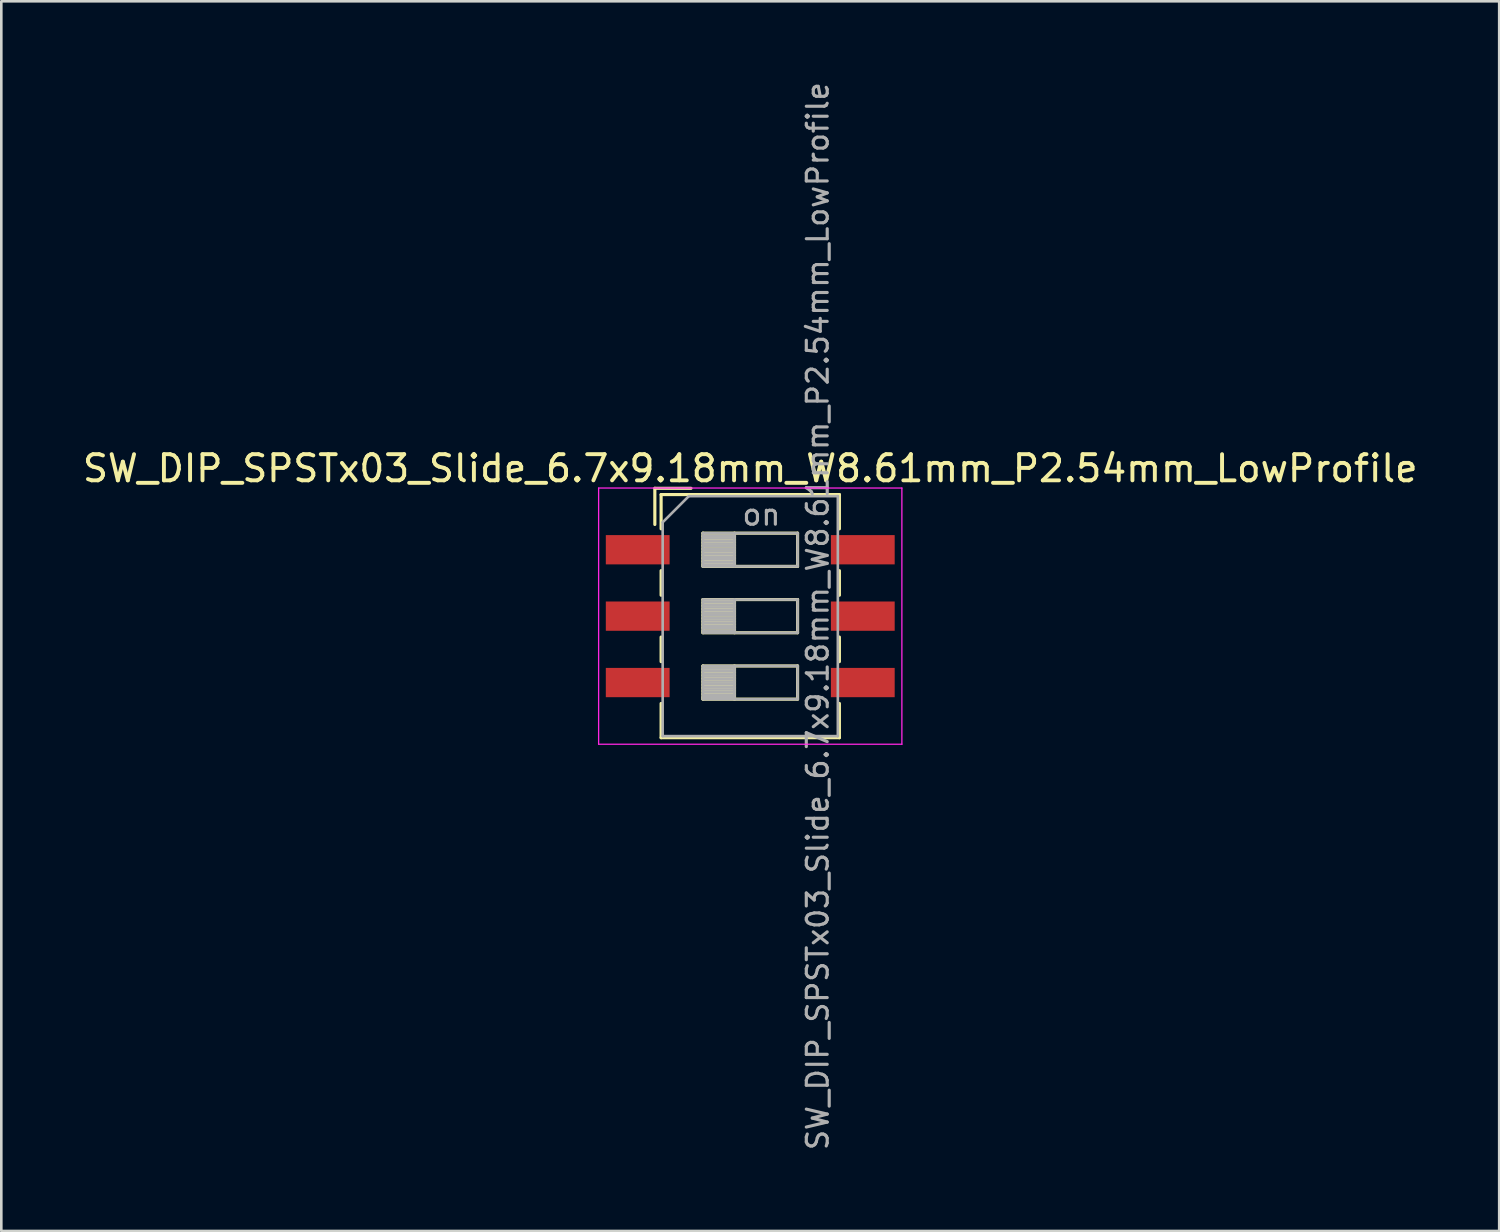
<source format=kicad_pcb>
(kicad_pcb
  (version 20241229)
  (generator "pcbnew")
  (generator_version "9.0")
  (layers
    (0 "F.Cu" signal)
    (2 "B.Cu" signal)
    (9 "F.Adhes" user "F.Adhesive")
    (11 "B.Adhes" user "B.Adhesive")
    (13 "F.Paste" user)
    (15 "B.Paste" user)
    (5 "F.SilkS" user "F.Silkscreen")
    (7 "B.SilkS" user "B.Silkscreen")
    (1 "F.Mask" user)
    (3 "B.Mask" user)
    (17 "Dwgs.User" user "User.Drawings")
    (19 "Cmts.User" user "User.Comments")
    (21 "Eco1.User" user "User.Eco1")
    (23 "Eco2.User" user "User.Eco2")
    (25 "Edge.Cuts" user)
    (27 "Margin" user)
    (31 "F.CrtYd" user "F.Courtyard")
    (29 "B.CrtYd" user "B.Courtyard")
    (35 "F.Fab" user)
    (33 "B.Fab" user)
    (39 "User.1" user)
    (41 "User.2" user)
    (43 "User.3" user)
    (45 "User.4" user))
  (footprint "SW_DIP_SPSTx03_Slide_6.7x9.18mm_W8.61mm_P2.54mm_LowProfile"
    (layer "F.Cu")
    (at 25.649 20.519)
    (property "Reference" "SW_DIP_SPSTx03_Slide_6.7x9.18mm_W8.61mm_P2.54mm_LowProfile" (at 0 -5.65 0) (layer "F.SilkS") (effects (font (size 1 1) (thickness 0.15))))
    (attr smd)
    (fp_line (start -3.65 -4.89) (end -3.65 -3.507) (stroke (width 0.12) (type solid)) (layer "F.SilkS"))
    (fp_line (start -3.65 -4.89) (end -2.267 -4.89) (stroke (width 0.12) (type solid)) (layer "F.SilkS"))
    (fp_line (start -3.41 -4.65) (end -3.41 -3.34) (stroke (width 0.12) (type solid)) (layer "F.SilkS"))
    (fp_line (start -3.41 -4.65) (end 3.41 -4.65) (stroke (width 0.12) (type solid)) (layer "F.SilkS"))
    (fp_line (start -3.41 -1.74) (end -3.41 -0.8) (stroke (width 0.12) (type solid)) (layer "F.SilkS"))
    (fp_line (start -3.41 0.8) (end -3.41 1.74) (stroke (width 0.12) (type solid)) (layer "F.SilkS"))
    (fp_line (start -3.41 3.34) (end -3.41 4.65) (stroke (width 0.12) (type solid)) (layer "F.SilkS"))
    (fp_line (start -3.41 4.65) (end 3.41 4.65) (stroke (width 0.12) (type solid)) (layer "F.SilkS"))
    (fp_line (start -1.81 -3.175) (end -1.81 -1.905) (stroke (width 0.12) (type solid)) (layer "F.SilkS"))
    (fp_line (start -1.81 -3.055) (end -0.603 -3.055) (stroke (width 0.12) (type solid)) (layer "F.SilkS"))
    (fp_line (start -1.81 -2.935) (end -0.603 -2.935) (stroke (width 0.12) (type solid)) (layer "F.SilkS"))
    (fp_line (start -1.81 -2.815) (end -0.603 -2.815) (stroke (width 0.12) (type solid)) (layer "F.SilkS"))
    (fp_line (start -1.81 -2.695) (end -0.603 -2.695) (stroke (width 0.12) (type solid)) (layer "F.SilkS"))
    (fp_line (start -1.81 -2.575) (end -0.603 -2.575) (stroke (width 0.12) (type solid)) (layer "F.SilkS"))
    (fp_line (start -1.81 -2.455) (end -0.603 -2.455) (stroke (width 0.12) (type solid)) (layer "F.SilkS"))
    (fp_line (start -1.81 -2.335) (end -0.603 -2.335) (stroke (width 0.12) (type solid)) (layer "F.SilkS"))
    (fp_line (start -1.81 -2.215) (end -0.603 -2.215) (stroke (width 0.12) (type solid)) (layer "F.SilkS"))
    (fp_line (start -1.81 -2.095) (end -0.603 -2.095) (stroke (width 0.12) (type solid)) (layer "F.SilkS"))
    (fp_line (start -1.81 -1.975) (end -0.603 -1.975) (stroke (width 0.12) (type solid)) (layer "F.SilkS"))
    (fp_line (start -1.81 -1.905) (end 1.81 -1.905) (stroke (width 0.12) (type solid)) (layer "F.SilkS"))
    (fp_line (start -1.81 -0.635) (end -1.81 0.635) (stroke (width 0.12) (type solid)) (layer "F.SilkS"))
    (fp_line (start -1.81 -0.515) (end -0.603 -0.515) (stroke (width 0.12) (type solid)) (layer "F.SilkS"))
    (fp_line (start -1.81 -0.395) (end -0.603 -0.395) (stroke (width 0.12) (type solid)) (layer "F.SilkS"))
    (fp_line (start -1.81 -0.275) (end -0.603 -0.275) (stroke (width 0.12) (type solid)) (layer "F.SilkS"))
    (fp_line (start -1.81 -0.155) (end -0.603 -0.155) (stroke (width 0.12) (type solid)) (layer "F.SilkS"))
    (fp_line (start -1.81 -0.035) (end -0.603 -0.035) (stroke (width 0.12) (type solid)) (layer "F.SilkS"))
    (fp_line (start -1.81 0.085) (end -0.603 0.085) (stroke (width 0.12) (type solid)) (layer "F.SilkS"))
    (fp_line (start -1.81 0.205) (end -0.603 0.205) (stroke (width 0.12) (type solid)) (layer "F.SilkS"))
    (fp_line (start -1.81 0.325) (end -0.603 0.325) (stroke (width 0.12) (type solid)) (layer "F.SilkS"))
    (fp_line (start -1.81 0.445) (end -0.603 0.445) (stroke (width 0.12) (type solid)) (layer "F.SilkS"))
    (fp_line (start -1.81 0.565) (end -0.603 0.565) (stroke (width 0.12) (type solid)) (layer "F.SilkS"))
    (fp_line (start -1.81 0.635) (end 1.81 0.635) (stroke (width 0.12) (type solid)) (layer "F.SilkS"))
    (fp_line (start -1.81 1.905) (end -1.81 3.175) (stroke (width 0.12) (type solid)) (layer "F.SilkS"))
    (fp_line (start -1.81 2.025) (end -0.603 2.025) (stroke (width 0.12) (type solid)) (layer "F.SilkS"))
    (fp_line (start -1.81 2.145) (end -0.603 2.145) (stroke (width 0.12) (type solid)) (layer "F.SilkS"))
    (fp_line (start -1.81 2.265) (end -0.603 2.265) (stroke (width 0.12) (type solid)) (layer "F.SilkS"))
    (fp_line (start -1.81 2.385) (end -0.603 2.385) (stroke (width 0.12) (type solid)) (layer "F.SilkS"))
    (fp_line (start -1.81 2.505) (end -0.603 2.505) (stroke (width 0.12) (type solid)) (layer "F.SilkS"))
    (fp_line (start -1.81 2.625) (end -0.603 2.625) (stroke (width 0.12) (type solid)) (layer "F.SilkS"))
    (fp_line (start -1.81 2.745) (end -0.603 2.745) (stroke (width 0.12) (type solid)) (layer "F.SilkS"))
    (fp_line (start -1.81 2.865) (end -0.603 2.865) (stroke (width 0.12) (type solid)) (layer "F.SilkS"))
    (fp_line (start -1.81 2.985) (end -0.603 2.985) (stroke (width 0.12) (type solid)) (layer "F.SilkS"))
    (fp_line (start -1.81 3.105) (end -0.603 3.105) (stroke (width 0.12) (type solid)) (layer "F.SilkS"))
    (fp_line (start -1.81 3.175) (end 1.81 3.175) (stroke (width 0.12) (type solid)) (layer "F.SilkS"))
    (fp_line (start -0.603 -3.175) (end -0.603 -1.905) (stroke (width 0.12) (type solid)) (layer "F.SilkS"))
    (fp_line (start -0.603 -0.635) (end -0.603 0.635) (stroke (width 0.12) (type solid)) (layer "F.SilkS"))
    (fp_line (start -0.603 1.905) (end -0.603 3.175) (stroke (width 0.12) (type solid)) (layer "F.SilkS"))
    (fp_line (start 1.81 -3.175) (end -1.81 -3.175) (stroke (width 0.12) (type solid)) (layer "F.SilkS"))
    (fp_line (start 1.81 -1.905) (end 1.81 -3.175) (stroke (width 0.12) (type solid)) (layer "F.SilkS"))
    (fp_line (start 1.81 -0.635) (end -1.81 -0.635) (stroke (width 0.12) (type solid)) (layer "F.SilkS"))
    (fp_line (start 1.81 0.635) (end 1.81 -0.635) (stroke (width 0.12) (type solid)) (layer "F.SilkS"))
    (fp_line (start 1.81 1.905) (end -1.81 1.905) (stroke (width 0.12) (type solid)) (layer "F.SilkS"))
    (fp_line (start 1.81 3.175) (end 1.81 1.905) (stroke (width 0.12) (type solid)) (layer "F.SilkS"))
    (fp_line (start 3.41 -4.65) (end 3.41 -3.34) (stroke (width 0.12) (type solid)) (layer "F.SilkS"))
    (fp_line (start 3.41 -1.74) (end 3.41 -0.8) (stroke (width 0.12) (type solid)) (layer "F.SilkS"))
    (fp_line (start 3.41 0.8) (end 3.41 1.74) (stroke (width 0.12) (type solid)) (layer "F.SilkS"))
    (fp_line (start 3.41 3.34) (end 3.41 4.65) (stroke (width 0.12) (type solid)) (layer "F.SilkS"))
    (fp_line (start -5.8 -4.9) (end -5.8 4.9) (stroke (width 0.05) (type solid)) (layer "F.CrtYd"))
    (fp_line (start -5.8 4.9) (end 5.8 4.9) (stroke (width 0.05) (type solid)) (layer "F.CrtYd"))
    (fp_line (start 5.8 -4.9) (end -5.8 -4.9) (stroke (width 0.05) (type solid)) (layer "F.CrtYd"))
    (fp_line (start 5.8 4.9) (end 5.8 -4.9) (stroke (width 0.05) (type solid)) (layer "F.CrtYd"))
    (fp_line (start -3.35 -3.59) (end -2.35 -4.59) (stroke (width 0.1) (type solid)) (layer "F.Fab"))
    (fp_line (start -3.35 4.59) (end -3.35 -3.59) (stroke (width 0.1) (type solid)) (layer "F.Fab"))
    (fp_line (start -2.35 -4.59) (end 3.35 -4.59) (stroke (width 0.1) (type solid)) (layer "F.Fab"))
    (fp_line (start -1.81 -3.175) (end -1.81 -1.905) (stroke (width 0.1) (type solid)) (layer "F.Fab"))
    (fp_line (start -1.81 -3.075) (end -0.603 -3.075) (stroke (width 0.1) (type solid)) (layer "F.Fab"))
    (fp_line (start -1.81 -2.975) (end -0.603 -2.975) (stroke (width 0.1) (type solid)) (layer "F.Fab"))
    (fp_line (start -1.81 -2.875) (end -0.603 -2.875) (stroke (width 0.1) (type solid)) (layer "F.Fab"))
    (fp_line (start -1.81 -2.775) (end -0.603 -2.775) (stroke (width 0.1) (type solid)) (layer "F.Fab"))
    (fp_line (start -1.81 -2.675) (end -0.603 -2.675) (stroke (width 0.1) (type solid)) (layer "F.Fab"))
    (fp_line (start -1.81 -2.575) (end -0.603 -2.575) (stroke (width 0.1) (type solid)) (layer "F.Fab"))
    (fp_line (start -1.81 -2.475) (end -0.603 -2.475) (stroke (width 0.1) (type solid)) (layer "F.Fab"))
    (fp_line (start -1.81 -2.375) (end -0.603 -2.375) (stroke (width 0.1) (type solid)) (layer "F.Fab"))
    (fp_line (start -1.81 -2.275) (end -0.603 -2.275) (stroke (width 0.1) (type solid)) (layer "F.Fab"))
    (fp_line (start -1.81 -2.175) (end -0.603 -2.175) (stroke (width 0.1) (type solid)) (layer "F.Fab"))
    (fp_line (start -1.81 -2.075) (end -0.603 -2.075) (stroke (width 0.1) (type solid)) (layer "F.Fab"))
    (fp_line (start -1.81 -1.975) (end -0.603 -1.975) (stroke (width 0.1) (type solid)) (layer "F.Fab"))
    (fp_line (start -1.81 -1.905) (end 1.81 -1.905) (stroke (width 0.1) (type solid)) (layer "F.Fab"))
    (fp_line (start -1.81 -0.635) (end -1.81 0.635) (stroke (width 0.1) (type solid)) (layer "F.Fab"))
    (fp_line (start -1.81 -0.535) (end -0.603 -0.535) (stroke (width 0.1) (type solid)) (layer "F.Fab"))
    (fp_line (start -1.81 -0.435) (end -0.603 -0.435) (stroke (width 0.1) (type solid)) (layer "F.Fab"))
    (fp_line (start -1.81 -0.335) (end -0.603 -0.335) (stroke (width 0.1) (type solid)) (layer "F.Fab"))
    (fp_line (start -1.81 -0.235) (end -0.603 -0.235) (stroke (width 0.1) (type solid)) (layer "F.Fab"))
    (fp_line (start -1.81 -0.135) (end -0.603 -0.135) (stroke (width 0.1) (type solid)) (layer "F.Fab"))
    (fp_line (start -1.81 -0.035) (end -0.603 -0.035) (stroke (width 0.1) (type solid)) (layer "F.Fab"))
    (fp_line (start -1.81 0.065) (end -0.603 0.065) (stroke (width 0.1) (type solid)) (layer "F.Fab"))
    (fp_line (start -1.81 0.165) (end -0.603 0.165) (stroke (width 0.1) (type solid)) (layer "F.Fab"))
    (fp_line (start -1.81 0.265) (end -0.603 0.265) (stroke (width 0.1) (type solid)) (layer "F.Fab"))
    (fp_line (start -1.81 0.365) (end -0.603 0.365) (stroke (width 0.1) (type solid)) (layer "F.Fab"))
    (fp_line (start -1.81 0.465) (end -0.603 0.465) (stroke (width 0.1) (type solid)) (layer "F.Fab"))
    (fp_line (start -1.81 0.565) (end -0.603 0.565) (stroke (width 0.1) (type solid)) (layer "F.Fab"))
    (fp_line (start -1.81 0.635) (end 1.81 0.635) (stroke (width 0.1) (type solid)) (layer "F.Fab"))
    (fp_line (start -1.81 1.905) (end -1.81 3.175) (stroke (width 0.1) (type solid)) (layer "F.Fab"))
    (fp_line (start -1.81 2.005) (end -0.603 2.005) (stroke (width 0.1) (type solid)) (layer "F.Fab"))
    (fp_line (start -1.81 2.105) (end -0.603 2.105) (stroke (width 0.1) (type solid)) (layer "F.Fab"))
    (fp_line (start -1.81 2.205) (end -0.603 2.205) (stroke (width 0.1) (type solid)) (layer "F.Fab"))
    (fp_line (start -1.81 2.305) (end -0.603 2.305) (stroke (width 0.1) (type solid)) (layer "F.Fab"))
    (fp_line (start -1.81 2.405) (end -0.603 2.405) (stroke (width 0.1) (type solid)) (layer "F.Fab"))
    (fp_line (start -1.81 2.505) (end -0.603 2.505) (stroke (width 0.1) (type solid)) (layer "F.Fab"))
    (fp_line (start -1.81 2.605) (end -0.603 2.605) (stroke (width 0.1) (type solid)) (layer "F.Fab"))
    (fp_line (start -1.81 2.705) (end -0.603 2.705) (stroke (width 0.1) (type solid)) (layer "F.Fab"))
    (fp_line (start -1.81 2.805) (end -0.603 2.805) (stroke (width 0.1) (type solid)) (layer "F.Fab"))
    (fp_line (start -1.81 2.905) (end -0.603 2.905) (stroke (width 0.1) (type solid)) (layer "F.Fab"))
    (fp_line (start -1.81 3.005) (end -0.603 3.005) (stroke (width 0.1) (type solid)) (layer "F.Fab"))
    (fp_line (start -1.81 3.105) (end -0.603 3.105) (stroke (width 0.1) (type solid)) (layer "F.Fab"))
    (fp_line (start -1.81 3.175) (end 1.81 3.175) (stroke (width 0.1) (type solid)) (layer "F.Fab"))
    (fp_line (start -0.603 -3.175) (end -0.603 -1.905) (stroke (width 0.1) (type solid)) (layer "F.Fab"))
    (fp_line (start -0.603 -0.635) (end -0.603 0.635) (stroke (width 0.1) (type solid)) (layer "F.Fab"))
    (fp_line (start -0.603 1.905) (end -0.603 3.175) (stroke (width 0.1) (type solid)) (layer "F.Fab"))
    (fp_line (start 1.81 -3.175) (end -1.81 -3.175) (stroke (width 0.1) (type solid)) (layer "F.Fab"))
    (fp_line (start 1.81 -1.905) (end 1.81 -3.175) (stroke (width 0.1) (type solid)) (layer "F.Fab"))
    (fp_line (start 1.81 -0.635) (end -1.81 -0.635) (stroke (width 0.1) (type solid)) (layer "F.Fab"))
    (fp_line (start 1.81 0.635) (end 1.81 -0.635) (stroke (width 0.1) (type solid)) (layer "F.Fab"))
    (fp_line (start 1.81 1.905) (end -1.81 1.905) (stroke (width 0.1) (type solid)) (layer "F.Fab"))
    (fp_line (start 1.81 3.175) (end 1.81 1.905) (stroke (width 0.1) (type solid)) (layer "F.Fab"))
    (fp_line (start 3.35 -4.59) (end 3.35 4.59) (stroke (width 0.1) (type solid)) (layer "F.Fab"))
    (fp_line (start 3.35 4.59) (end -3.35 4.59) (stroke (width 0.1) (type solid)) (layer "F.Fab"))
    (fp_text user "${REFERENCE}" (at 2.58 0 90) (layer "F.Fab") (effects (font (size 0.8 0.8) (thickness 0.12))))
    (fp_text user "on" (at 0.427 -3.882 0) (layer "F.Fab") (effects (font (size 0.8 0.8) (thickness 0.12))))
    (pad "1" smd rect (at -4.305 -2.54) (size 2.44 1.12) (layers "F.Cu" "F.Mask" "F.Paste"))
    (pad "2" smd rect (at -4.305 0) (size 2.44 1.12) (layers "F.Cu" "F.Mask" "F.Paste"))
    (pad "3" smd rect (at -4.305 2.54) (size 2.44 1.12) (layers "F.Cu" "F.Mask" "F.Paste"))
    (pad "4" smd rect (at 4.305 2.54) (size 2.44 1.12) (layers "F.Cu" "F.Mask" "F.Paste"))
    (pad "5" smd rect (at 4.305 0) (size 2.44 1.12) (layers "F.Cu" "F.Mask" "F.Paste"))
    (pad "6" smd rect (at 4.305 -2.54) (size 2.44 1.12) (layers "F.Cu" "F.Mask" "F.Paste")))
  (gr_rect
    (start -3 -3)
    (end 54.298 44.038)
    (stroke (width 0.1) (type default))
    (fill no)
    (layer "Edge.Cuts")))
</source>
